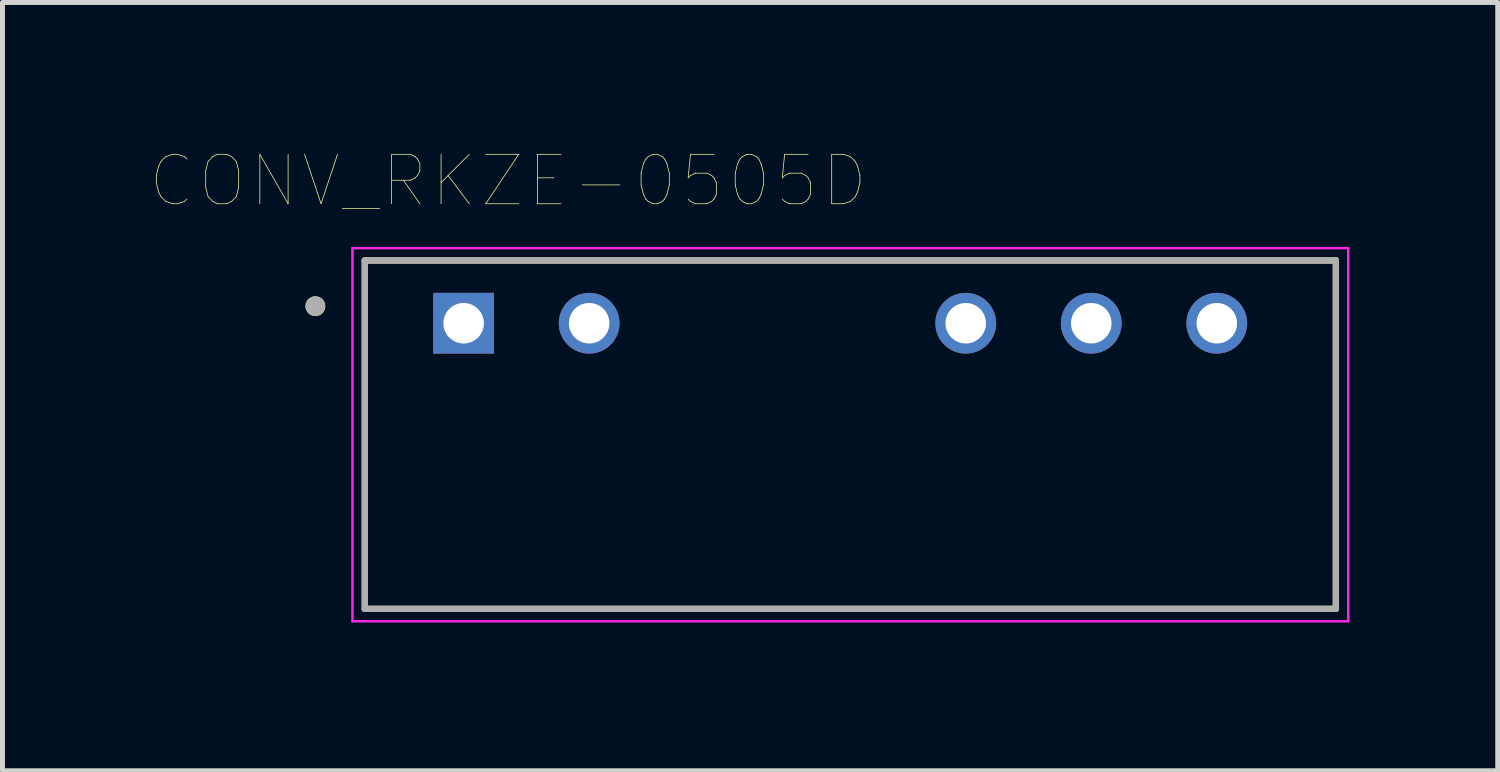
<source format=kicad_pcb>
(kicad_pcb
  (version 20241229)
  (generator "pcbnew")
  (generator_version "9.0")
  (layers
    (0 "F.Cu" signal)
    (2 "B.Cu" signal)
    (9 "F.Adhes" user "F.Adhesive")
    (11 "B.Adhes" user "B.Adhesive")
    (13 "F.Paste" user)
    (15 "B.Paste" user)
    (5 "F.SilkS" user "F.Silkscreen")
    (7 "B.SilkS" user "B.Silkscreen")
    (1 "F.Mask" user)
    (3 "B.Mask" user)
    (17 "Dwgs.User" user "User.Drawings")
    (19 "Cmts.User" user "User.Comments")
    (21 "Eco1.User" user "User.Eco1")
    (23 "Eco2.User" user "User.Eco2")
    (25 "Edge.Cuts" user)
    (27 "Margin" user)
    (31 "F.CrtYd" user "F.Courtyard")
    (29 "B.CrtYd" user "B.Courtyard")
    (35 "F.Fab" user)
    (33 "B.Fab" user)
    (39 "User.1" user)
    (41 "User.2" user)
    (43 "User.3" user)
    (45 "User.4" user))
  (footprint "CONV_RKZE-0505D"
    (layer "F.Cu")
    (at 14.157 5.746)
    (property "Reference" "CONV_RKZE-0505D" (at -6.925 -5.135 0) (layer "F.SilkS") (effects (font (size 1 1) (thickness 0.015))))
    (attr through_hole)
    (fp_line (start -9.825 -3.525) (end 9.825 -3.525) (stroke (width 0.127) (type solid)) (layer "F.SilkS"))
    (fp_line (start -9.825 3.525) (end -9.825 -3.525) (stroke (width 0.127) (type solid)) (layer "F.SilkS"))
    (fp_line (start 9.825 -3.525) (end 9.825 3.525) (stroke (width 0.127) (type solid)) (layer "F.SilkS"))
    (fp_line (start 9.825 3.525) (end -9.825 3.525) (stroke (width 0.127) (type solid)) (layer "F.SilkS"))
    (fp_circle (center -10.825 -2.6) (end -10.725 -2.6) (stroke (width 0.2) (type solid)) (fill no) (layer "F.SilkS"))
    (fp_line (start -10.075 -3.775) (end 10.075 -3.775) (stroke (width 0.05) (type solid)) (layer "F.CrtYd"))
    (fp_line (start -10.075 3.775) (end -10.075 -3.775) (stroke (width 0.05) (type solid)) (layer "F.CrtYd"))
    (fp_line (start 10.075 -3.775) (end 10.075 3.775) (stroke (width 0.05) (type solid)) (layer "F.CrtYd"))
    (fp_line (start 10.075 3.775) (end -10.075 3.775) (stroke (width 0.05) (type solid)) (layer "F.CrtYd"))
    (fp_line (start -9.825 -3.525) (end 9.825 -3.525) (stroke (width 0.127) (type solid)) (layer "F.Fab"))
    (fp_line (start -9.825 3.525) (end -9.825 -3.525) (stroke (width 0.127) (type solid)) (layer "F.Fab"))
    (fp_line (start 9.825 -3.525) (end 9.825 3.525) (stroke (width 0.127) (type solid)) (layer "F.Fab"))
    (fp_line (start 9.825 3.525) (end -9.825 3.525) (stroke (width 0.127) (type solid)) (layer "F.Fab"))
    (fp_circle (center -10.825 -2.6) (end -10.725 -2.6) (stroke (width 0.2) (type solid)) (fill no) (layer "F.Fab"))
    (pad "1" thru_hole rect (at -7.825 -2.255) (size 1.23 1.23) (drill 0.82) (layers "*.Cu" "*.Mask"))
    (pad "2" thru_hole circle (at -5.285 -2.255) (size 1.23 1.23) (drill 0.82) (layers "*.Cu" "*.Mask"))
    (pad "5" thru_hole circle (at 2.335 -2.255) (size 1.23 1.23) (drill 0.82) (layers "*.Cu" "*.Mask"))
    (pad "6" thru_hole circle (at 4.875 -2.255) (size 1.23 1.23) (drill 0.82) (layers "*.Cu" "*.Mask"))
    (pad "7" thru_hole circle (at 7.415 -2.255) (size 1.23 1.23) (drill 0.82) (layers "*.Cu" "*.Mask")))
  (gr_rect
    (start -3 -3)
    (end 27.257 12.546)
    (stroke (width 0.1) (type default))
    (fill no)
    (layer "Edge.Cuts")))
</source>
